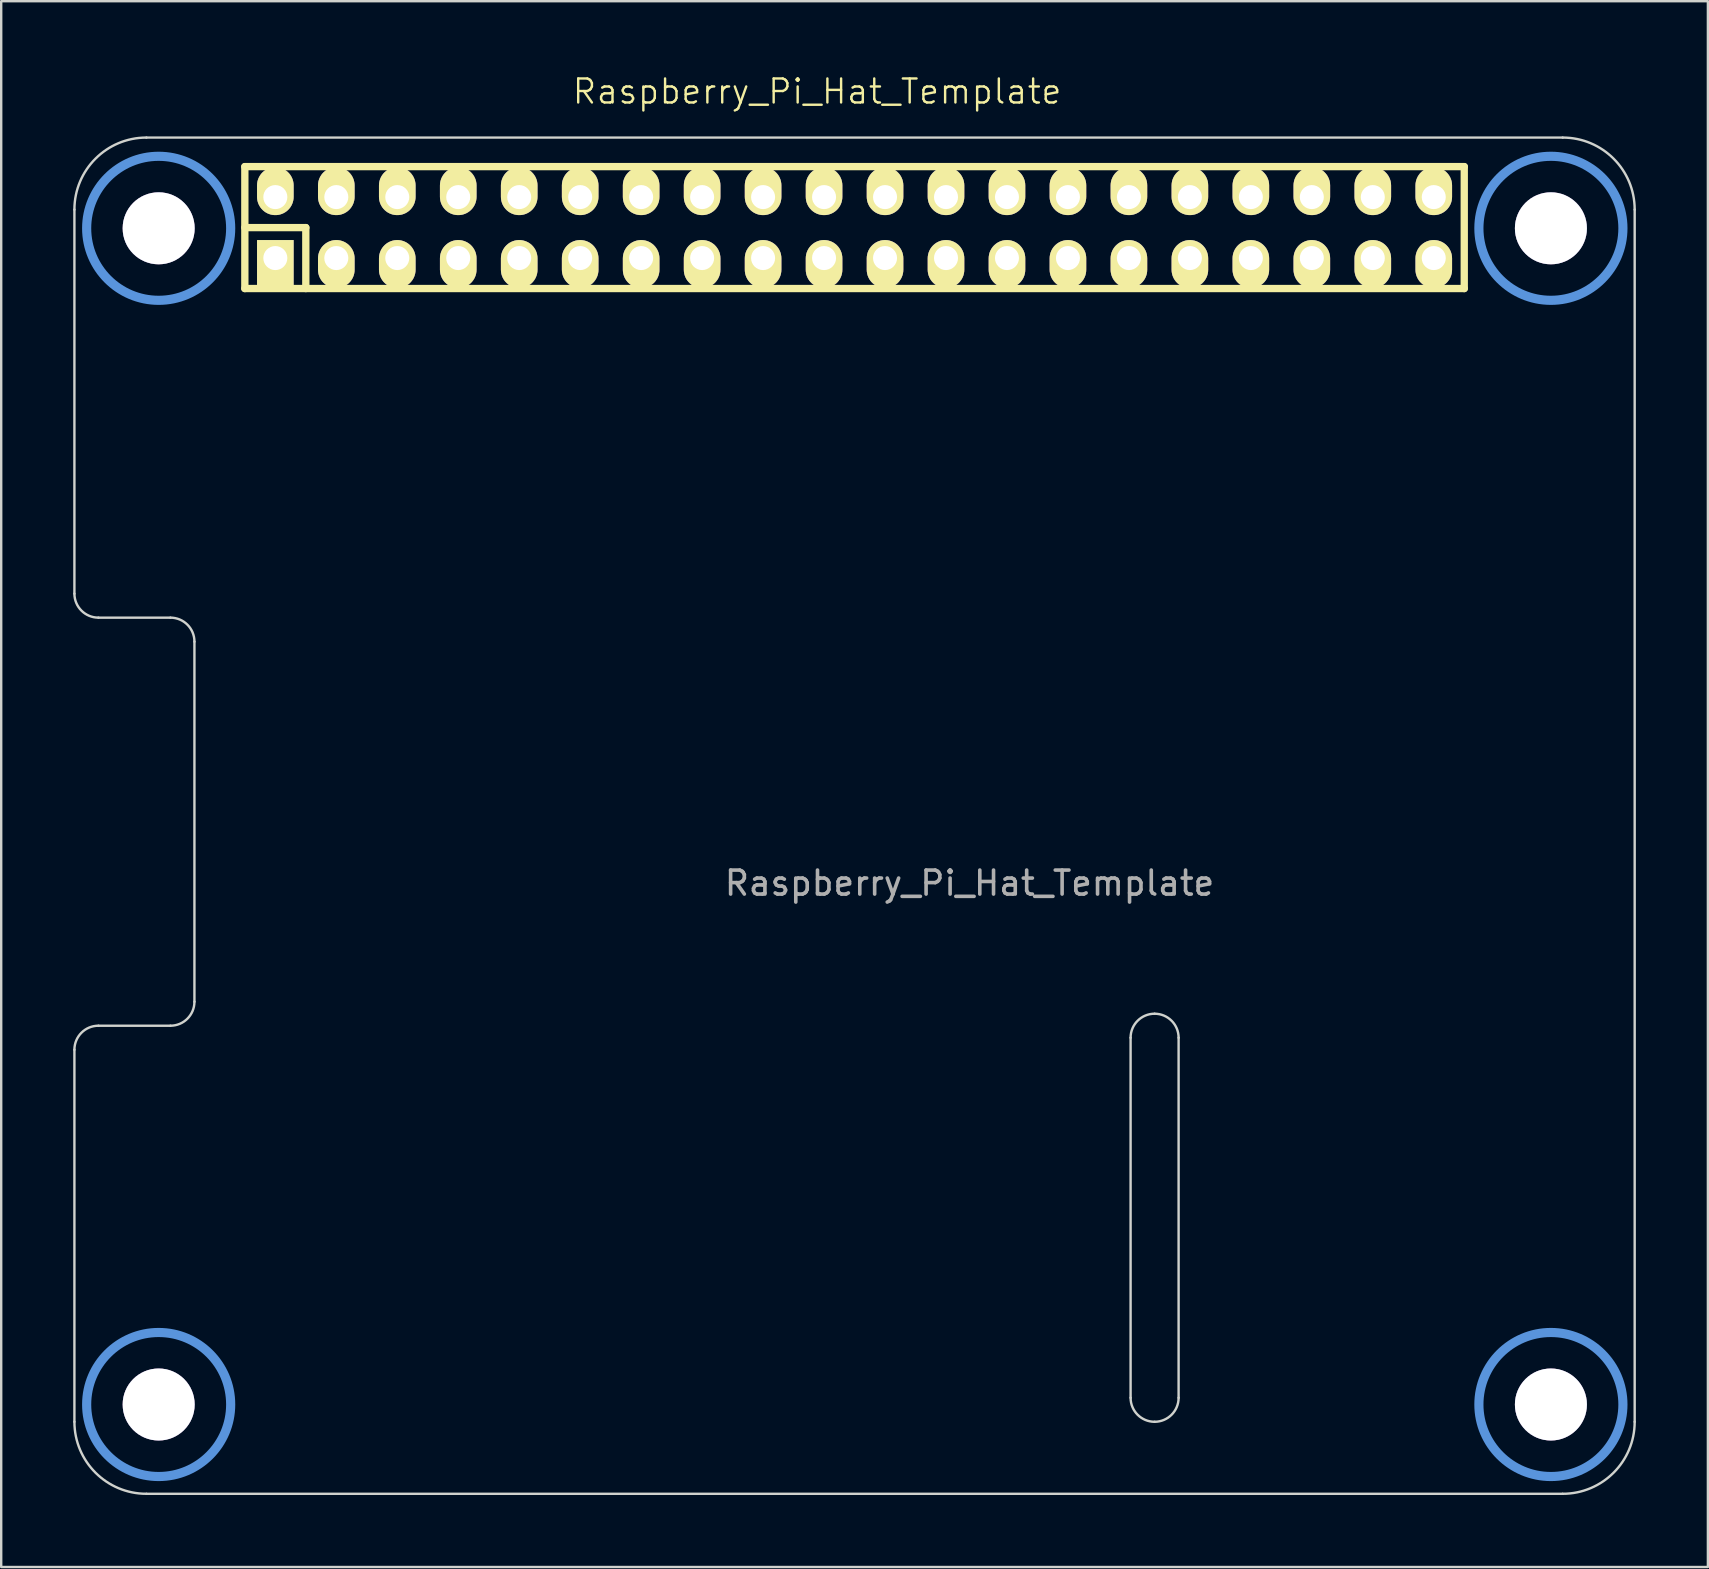
<source format=kicad_pcb>
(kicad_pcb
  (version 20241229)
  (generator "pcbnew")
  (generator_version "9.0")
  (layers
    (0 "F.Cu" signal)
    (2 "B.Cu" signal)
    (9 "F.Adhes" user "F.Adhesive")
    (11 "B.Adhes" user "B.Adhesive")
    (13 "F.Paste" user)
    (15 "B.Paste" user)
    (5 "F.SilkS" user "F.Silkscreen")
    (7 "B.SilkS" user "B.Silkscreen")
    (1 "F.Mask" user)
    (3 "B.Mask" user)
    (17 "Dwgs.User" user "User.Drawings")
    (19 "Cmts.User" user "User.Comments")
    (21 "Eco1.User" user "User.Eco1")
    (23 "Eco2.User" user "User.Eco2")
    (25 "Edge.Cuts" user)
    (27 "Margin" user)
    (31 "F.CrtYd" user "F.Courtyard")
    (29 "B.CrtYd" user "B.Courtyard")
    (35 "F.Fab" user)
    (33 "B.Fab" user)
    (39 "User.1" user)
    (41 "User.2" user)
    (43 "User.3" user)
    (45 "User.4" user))
  (footprint "Raspberry_Pi_Hat_Template"
    (layer "F.Cu")
    (at 37.34 31.241)
    (property "Reference" "Raspberry_Pi_Hat_Template" (at -6.35 -30.48 0) (unlocked yes) (layer "F.SilkS") (effects (font (size 1 1) (thickness 0.1))))
    (fp_line (start -30.19 -27.35) (end -30.19 -22.27) (stroke (width 0.305) (type solid)) (layer "F.SilkS"))
    (fp_line (start -30.19 -27.35) (end 20.61 -27.35) (stroke (width 0.305) (type solid)) (layer "F.SilkS"))
    (fp_line (start -30.19 -24.81) (end -27.65 -24.81) (stroke (width 0.305) (type solid)) (layer "F.SilkS"))
    (fp_line (start -27.65 -24.81) (end -27.65 -22.27) (stroke (width 0.305) (type solid)) (layer "F.SilkS"))
    (fp_line (start 20.61 -22.27) (end -30.19 -22.27) (stroke (width 0.305) (type solid)) (layer "F.SilkS"))
    (fp_line (start 20.61 -22.27) (end 20.61 -27.35) (stroke (width 0.305) (type solid)) (layer "F.SilkS"))
    (fp_circle (center -33.78 -24.78) (end -30.78 -24.78) (stroke (width 0.381) (type solid)) (fill no) (layer "Cmts.User"))
    (fp_circle (center -33.78 24.22) (end -30.78 24.22) (stroke (width 0.381) (type solid)) (fill no) (layer "Cmts.User"))
    (fp_circle (center 24.22 -24.78) (end 27.22 -24.78) (stroke (width 0.381) (type solid)) (fill no) (layer "Cmts.User"))
    (fp_circle (center 24.22 24.22) (end 27.22 24.22) (stroke (width 0.381) (type solid)) (fill no) (layer "Cmts.User"))
    (fp_line (start -37.29 -9.56) (end -37.29 -25.56) (stroke (width 0.1) (type solid)) (layer "Edge.Cuts"))
    (fp_line (start -37.29 9.44) (end -37.29 24.94) (stroke (width 0.1) (type solid)) (layer "Edge.Cuts"))
    (fp_line (start -36.29 -8.56) (end -33.29 -8.56) (stroke (width 0.1) (type solid)) (layer "Edge.Cuts"))
    (fp_line (start -34.29 -28.56) (end 24.71 -28.56) (stroke (width 0.1) (type solid)) (layer "Edge.Cuts"))
    (fp_line (start -33.29 8.44) (end -36.29 8.44) (stroke (width 0.1) (type solid)) (layer "Edge.Cuts"))
    (fp_line (start -32.29 -7.56) (end -32.29 7.44) (stroke (width 0.1) (type solid)) (layer "Edge.Cuts"))
    (fp_line (start 6.71 23.94) (end 6.71 8.94) (stroke (width 0.1) (type solid)) (layer "Edge.Cuts"))
    (fp_line (start 8.71 8.94) (end 8.71 23.94) (stroke (width 0.1) (type solid)) (layer "Edge.Cuts"))
    (fp_line (start 24.71 27.94) (end -34.29 27.94) (stroke (width 0.1) (type solid)) (layer "Edge.Cuts"))
    (fp_line (start 27.71 -25.56) (end 27.71 24.94) (stroke (width 0.1) (type solid)) (layer "Edge.Cuts"))
    (fp_arc (start -37.29 -25.56) (mid -36.41132 -27.68132) (end -34.29 -28.56) (stroke (width 0.1) (type solid)) (layer "Edge.Cuts"))
    (fp_arc (start -37.29 9.44) (mid -36.997107 8.732894) (end -36.29 8.44) (stroke (width 0.1) (type solid)) (layer "Edge.Cuts"))
    (fp_arc (start -36.29 -8.56) (mid -36.997106 -8.852893) (end -37.29 -9.56) (stroke (width 0.1) (type solid)) (layer "Edge.Cuts"))
    (fp_arc (start -34.29 27.94) (mid -36.41132 27.06132) (end -37.29 24.94) (stroke (width 0.1) (type solid)) (layer "Edge.Cuts"))
    (fp_arc (start -33.29 -8.56) (mid -32.582894 -8.267107) (end -32.29 -7.56) (stroke (width 0.1) (type solid)) (layer "Edge.Cuts"))
    (fp_arc (start -32.29 7.44) (mid -32.582893 8.147106) (end -33.29 8.44) (stroke (width 0.1) (type solid)) (layer "Edge.Cuts"))
    (fp_arc (start 6.71 8.94) (mid 7.002893 8.232894) (end 7.71 7.94) (stroke (width 0.1) (type solid)) (layer "Edge.Cuts"))
    (fp_arc (start 7.71 7.94) (mid 8.417106 8.232893) (end 8.71 8.94) (stroke (width 0.1) (type solid)) (layer "Edge.Cuts"))
    (fp_arc (start 7.71 24.94) (mid 7.002894 24.647107) (end 6.71 23.94) (stroke (width 0.1) (type solid)) (layer "Edge.Cuts"))
    (fp_arc (start 8.71 23.94) (mid 8.417107 24.647106) (end 7.71 24.94) (stroke (width 0.1) (type solid)) (layer "Edge.Cuts"))
    (fp_arc (start 24.71 -28.56) (mid 26.83132 -27.68132) (end 27.71 -25.56) (stroke (width 0.1) (type solid)) (layer "Edge.Cuts"))
    (fp_arc (start 27.71 24.94) (mid 26.83132 27.06132) (end 24.71 27.94) (stroke (width 0.1) (type solid)) (layer "Edge.Cuts"))
    (fp_text user "${REFERENCE}" (at 0 2.5 0) (unlocked yes) (layer "F.Fab") (effects (font (size 1 1) (thickness 0.15))))
    (pad "" thru_hole circle (at -33.78 -24.78) (size 3 3) (drill 3) (layers))
    (pad "" thru_hole circle (at -33.78 24.22) (size 3 3) (drill 3) (layers))
    (pad "" thru_hole circle (at 24.22 -24.78) (size 3 3) (drill 3) (layers))
    (pad "" thru_hole circle (at 24.22 24.22) (size 3 3) (drill 3) (layers))
    (pad "1" thru_hole rect (at -28.92 -23.54) (size 1.524 1.999) (drill 1.001 (offset 0 0.249)) (layers "*.Cu" "*.Mask" "F.SilkS"))
    (pad "2" thru_hole oval (at -28.92 -26.08) (size 1.524 1.999) (drill 1.001 (offset 0 -0.249)) (layers "*.Cu" "*.Mask" "F.SilkS"))
    (pad "3" thru_hole oval (at -26.38 -23.54) (size 1.524 1.999) (drill 1.001 (offset 0 0.249)) (layers "*.Cu" "*.Mask" "F.SilkS"))
    (pad "4" thru_hole oval (at -26.38 -26.08) (size 1.524 1.999) (drill 1.001 (offset 0 -0.249)) (layers "*.Cu" "*.Mask" "F.SilkS"))
    (pad "5" thru_hole oval (at -23.84 -23.54) (size 1.524 1.999) (drill 1.001 (offset 0 0.249)) (layers "*.Cu" "*.Mask" "F.SilkS"))
    (pad "6" thru_hole oval (at -23.84 -26.08) (size 1.524 1.999) (drill 1.001 (offset 0 -0.249)) (layers "*.Cu" "*.Mask" "F.SilkS"))
    (pad "7" thru_hole oval (at -21.3 -23.54) (size 1.524 1.999) (drill 1.001 (offset 0 0.249)) (layers "*.Cu" "*.Mask" "F.SilkS"))
    (pad "8" thru_hole oval (at -21.3 -26.08) (size 1.524 1.999) (drill 1.001 (offset 0 -0.249)) (layers "*.Cu" "*.Mask" "F.SilkS"))
    (pad "9" thru_hole oval (at -18.76 -23.54) (size 1.524 1.999) (drill 1.001 (offset 0 0.249)) (layers "*.Cu" "*.Mask" "F.SilkS"))
    (pad "10" thru_hole oval (at -18.76 -26.08) (size 1.524 1.999) (drill 1.001 (offset 0 -0.249)) (layers "*.Cu" "*.Mask" "F.SilkS"))
    (pad "11" thru_hole oval (at -16.22 -23.54) (size 1.524 1.999) (drill 1.001 (offset 0 0.249)) (layers "*.Cu" "*.Mask" "F.SilkS"))
    (pad "12" thru_hole oval (at -16.22 -26.08) (size 1.524 1.999) (drill 1.001 (offset 0 -0.249)) (layers "*.Cu" "*.Mask" "F.SilkS"))
    (pad "13" thru_hole oval (at -13.68 -23.54) (size 1.524 1.999) (drill 1.001 (offset 0 0.249)) (layers "*.Cu" "*.Mask" "F.SilkS"))
    (pad "14" thru_hole oval (at -13.68 -26.08) (size 1.524 1.999) (drill 1.001 (offset 0 -0.249)) (layers "*.Cu" "*.Mask" "F.SilkS"))
    (pad "15" thru_hole oval (at -11.14 -23.54) (size 1.524 1.999) (drill 1.001 (offset 0 0.249)) (layers "*.Cu" "*.Mask" "F.SilkS"))
    (pad "16" thru_hole oval (at -11.14 -26.08) (size 1.524 1.999) (drill 1.001 (offset 0 -0.249)) (layers "*.Cu" "*.Mask" "F.SilkS"))
    (pad "17" thru_hole oval (at -8.6 -23.54) (size 1.524 1.999) (drill 1.001 (offset 0 0.249)) (layers "*.Cu" "*.Mask" "F.SilkS"))
    (pad "18" thru_hole oval (at -8.6 -26.08) (size 1.524 1.999) (drill 1.001 (offset 0 -0.249)) (layers "*.Cu" "*.Mask" "F.SilkS"))
    (pad "19" thru_hole oval (at -6.06 -23.54) (size 1.524 1.999) (drill 1.001 (offset 0 0.249)) (layers "*.Cu" "*.Mask" "F.SilkS"))
    (pad "20" thru_hole oval (at -6.06 -26.08) (size 1.524 1.999) (drill 1.001 (offset 0 -0.249)) (layers "*.Cu" "*.Mask" "F.SilkS"))
    (pad "21" thru_hole oval (at -3.52 -23.54) (size 1.524 1.999) (drill 1.001 (offset 0 0.249)) (layers "*.Cu" "*.Mask" "F.SilkS"))
    (pad "22" thru_hole oval (at -3.52 -26.08) (size 1.524 1.999) (drill 1.001 (offset 0 -0.249)) (layers "*.Cu" "*.Mask" "F.SilkS"))
    (pad "23" thru_hole oval (at -0.98 -23.54) (size 1.524 1.999) (drill 1.001 (offset 0 0.249)) (layers "*.Cu" "*.Mask" "F.SilkS"))
    (pad "24" thru_hole oval (at -0.98 -26.08) (size 1.524 1.999) (drill 1.001 (offset 0 -0.249)) (layers "*.Cu" "*.Mask" "F.SilkS"))
    (pad "25" thru_hole oval (at 1.56 -23.54) (size 1.524 1.999) (drill 1.001 (offset 0 0.249)) (layers "*.Cu" "*.Mask" "F.SilkS"))
    (pad "26" thru_hole oval (at 1.56 -26.08) (size 1.524 1.999) (drill 1.001 (offset 0 -0.249)) (layers "*.Cu" "*.Mask" "F.SilkS"))
    (pad "27" thru_hole oval (at 4.1 -23.54) (size 1.524 1.999) (drill 1.001 (offset 0 0.249)) (layers "*.Cu" "*.Mask" "F.SilkS"))
    (pad "28" thru_hole oval (at 4.1 -26.08) (size 1.524 1.999) (drill 1.001 (offset 0 -0.249)) (layers "*.Cu" "*.Mask" "F.SilkS"))
    (pad "29" thru_hole oval (at 6.64 -23.54) (size 1.524 1.999) (drill 1.001 (offset 0 0.249)) (layers "*.Cu" "*.Mask" "F.SilkS"))
    (pad "30" thru_hole oval (at 6.64 -26.08) (size 1.524 1.999) (drill 1.001 (offset 0 -0.249)) (layers "*.Cu" "*.Mask" "F.SilkS"))
    (pad "31" thru_hole oval (at 9.18 -23.54) (size 1.524 1.999) (drill 1.001 (offset 0 0.249)) (layers "*.Cu" "*.Mask" "F.SilkS"))
    (pad "32" thru_hole oval (at 9.18 -26.08) (size 1.524 1.999) (drill 1.001 (offset 0 -0.249)) (layers "*.Cu" "*.Mask" "F.SilkS"))
    (pad "33" thru_hole oval (at 11.72 -23.54) (size 1.524 1.999) (drill 1.001 (offset 0 0.249)) (layers "*.Cu" "*.Mask" "F.SilkS"))
    (pad "34" thru_hole oval (at 11.72 -26.08) (size 1.524 1.999) (drill 1.001 (offset 0 -0.249)) (layers "*.Cu" "*.Mask" "F.SilkS"))
    (pad "35" thru_hole oval (at 14.26 -23.54) (size 1.524 1.999) (drill 1.001 (offset 0 0.249)) (layers "*.Cu" "*.Mask" "F.SilkS"))
    (pad "36" thru_hole oval (at 14.26 -26.08) (size 1.524 1.999) (drill 1.001 (offset 0 -0.249)) (layers "*.Cu" "*.Mask" "F.SilkS"))
    (pad "37" thru_hole oval (at 16.8 -23.54) (size 1.524 1.999) (drill 1.001 (offset 0 0.249)) (layers "*.Cu" "*.Mask" "F.SilkS"))
    (pad "38" thru_hole oval (at 16.8 -26.08) (size 1.524 1.999) (drill 1.001 (offset 0 -0.249)) (layers "*.Cu" "*.Mask" "F.SilkS"))
    (pad "39" thru_hole oval (at 19.34 -23.54) (size 1.524 1.999) (drill 1.001 (offset 0 0.249)) (layers "*.Cu" "*.Mask" "F.SilkS"))
    (pad "40" thru_hole oval (at 19.34 -26.08) (size 1.524 1.999) (drill 1.001 (offset 0 -0.249)) (layers "*.Cu" "*.Mask" "F.SilkS")))
  (gr_rect
    (start -3 -3)
    (end 68.1 62.23)
    (stroke (width 0.1) (type default))
    (fill no)
    (layer "Edge.Cuts")))
</source>
